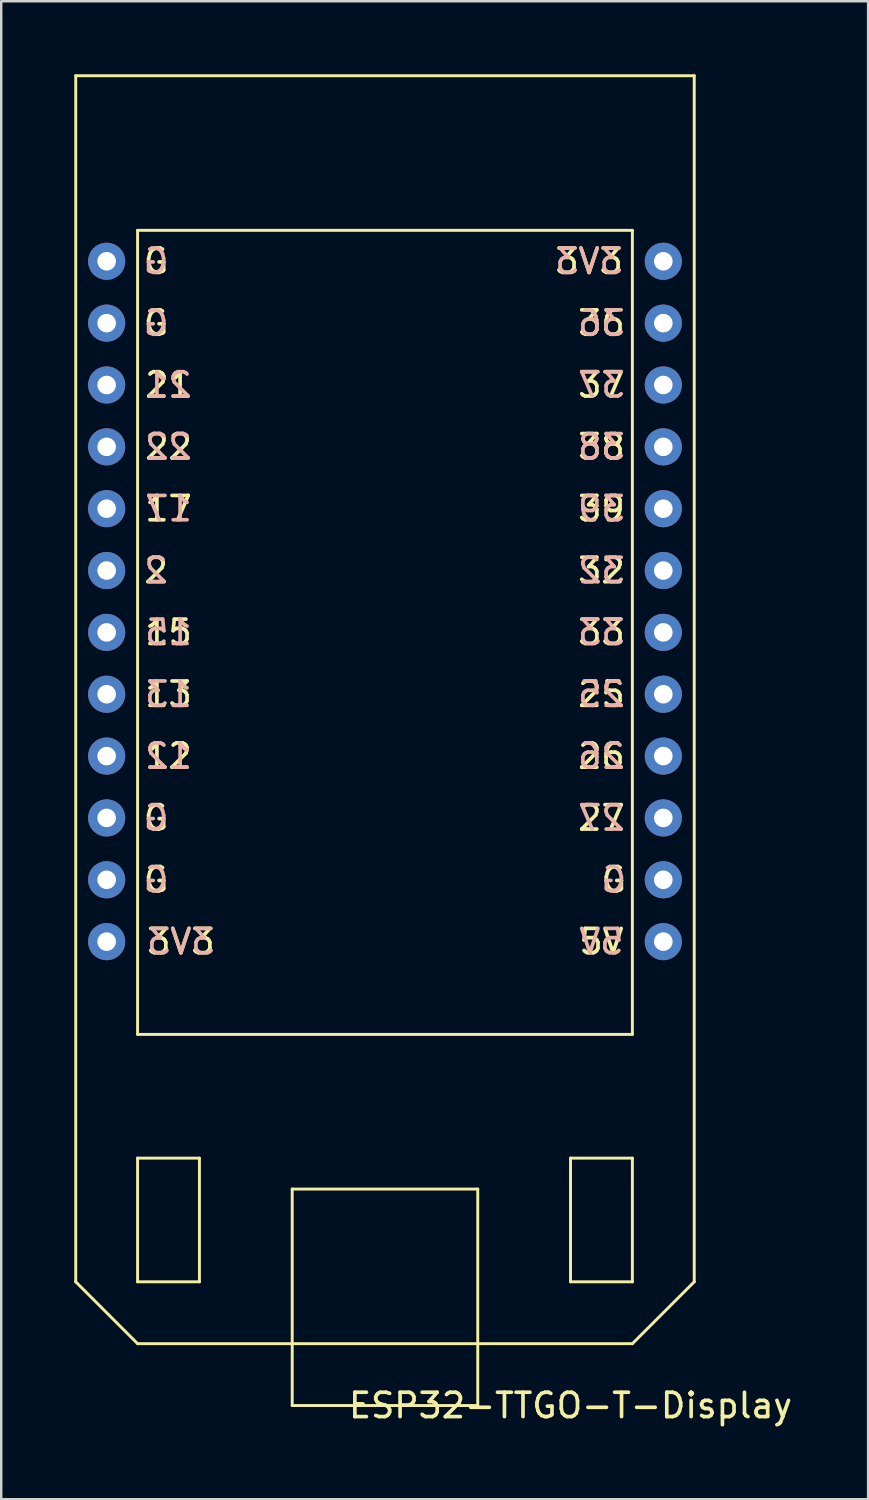
<source format=kicad_pcb>
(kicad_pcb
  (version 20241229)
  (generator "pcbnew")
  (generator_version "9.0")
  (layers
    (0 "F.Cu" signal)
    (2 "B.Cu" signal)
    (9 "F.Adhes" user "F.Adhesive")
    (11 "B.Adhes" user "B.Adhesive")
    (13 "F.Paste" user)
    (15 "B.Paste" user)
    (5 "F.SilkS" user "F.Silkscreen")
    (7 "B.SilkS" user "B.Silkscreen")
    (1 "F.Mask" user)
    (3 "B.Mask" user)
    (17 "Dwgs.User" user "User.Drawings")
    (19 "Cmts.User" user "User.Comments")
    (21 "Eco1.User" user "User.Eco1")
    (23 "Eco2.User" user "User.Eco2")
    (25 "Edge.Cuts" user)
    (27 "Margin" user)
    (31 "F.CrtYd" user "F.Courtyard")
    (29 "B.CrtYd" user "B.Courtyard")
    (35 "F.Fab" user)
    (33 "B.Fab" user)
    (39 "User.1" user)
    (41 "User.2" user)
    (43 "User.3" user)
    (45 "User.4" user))
  (footprint "ESP32-TTGO-T-Display"
    (layer "F.Cu")
    (at 12.76 25.46)
    (property "Reference" "ESP32-TTGO-T-Display" (at 7.62 29.21 0) (layer "F.SilkS") (effects (font (size 1 1) (thickness 0.15))))
    (attr through_hole)
    (fp_line (start -12.7 -25.4) (end -12.7 24.13) (stroke (width 0.12) (type solid)) (layer "F.SilkS"))
    (fp_line (start -12.7 24.13) (end -10.16 26.67) (stroke (width 0.12) (type solid)) (layer "F.SilkS"))
    (fp_line (start -10.16 -19.05) (end 10.16 -19.05) (stroke (width 0.12) (type solid)) (layer "F.SilkS"))
    (fp_line (start -10.16 13.97) (end -10.16 -19.05) (stroke (width 0.12) (type solid)) (layer "F.SilkS"))
    (fp_line (start -10.16 19.05) (end -10.16 24.13) (stroke (width 0.12) (type solid)) (layer "F.SilkS"))
    (fp_line (start -10.16 24.13) (end -7.62 24.13) (stroke (width 0.12) (type solid)) (layer "F.SilkS"))
    (fp_line (start -10.16 26.67) (end 10.16 26.67) (stroke (width 0.12) (type solid)) (layer "F.SilkS"))
    (fp_line (start -7.62 19.05) (end -10.16 19.05) (stroke (width 0.12) (type solid)) (layer "F.SilkS"))
    (fp_line (start -7.62 24.13) (end -7.62 19.05) (stroke (width 0.12) (type solid)) (layer "F.SilkS"))
    (fp_line (start -3.81 20.32) (end 3.81 20.32) (stroke (width 0.12) (type solid)) (layer "F.SilkS"))
    (fp_line (start -3.81 29.21) (end -3.81 20.32) (stroke (width 0.12) (type solid)) (layer "F.SilkS"))
    (fp_line (start 3.81 20.32) (end 3.81 29.21) (stroke (width 0.12) (type solid)) (layer "F.SilkS"))
    (fp_line (start 3.81 29.21) (end -3.81 29.21) (stroke (width 0.12) (type solid)) (layer "F.SilkS"))
    (fp_line (start 7.62 19.05) (end 7.62 24.13) (stroke (width 0.12) (type solid)) (layer "F.SilkS"))
    (fp_line (start 7.62 24.13) (end 10.16 24.13) (stroke (width 0.12) (type solid)) (layer "F.SilkS"))
    (fp_line (start 10.16 -19.05) (end 10.16 13.97) (stroke (width 0.12) (type solid)) (layer "F.SilkS"))
    (fp_line (start 10.16 13.97) (end -10.16 13.97) (stroke (width 0.12) (type solid)) (layer "F.SilkS"))
    (fp_line (start 10.16 19.05) (end 7.62 19.05) (stroke (width 0.12) (type solid)) (layer "F.SilkS"))
    (fp_line (start 10.16 24.13) (end 10.16 19.05) (stroke (width 0.12) (type solid)) (layer "F.SilkS"))
    (fp_line (start 10.16 26.67) (end 12.7 24.13) (stroke (width 0.12) (type solid)) (layer "F.SilkS"))
    (fp_line (start 12.7 -25.4) (end -12.7 -25.4) (stroke (width 0.12) (type solid)) (layer "F.SilkS"))
    (fp_line (start 12.7 24.13) (end 12.7 -25.4) (stroke (width 0.12) (type solid)) (layer "F.SilkS"))
    (fp_text user "17" (at -8.89 -7.62 180) (layer "F.SilkS") (effects (font (size 1 1) (thickness 0.15))))
    (fp_text user "12" (at -8.89 2.54 180) (layer "F.SilkS") (effects (font (size 1 1) (thickness 0.15))))
    (fp_text user "G" (at -9.398 5.08 180) (layer "F.SilkS") (effects (font (size 1 1) (thickness 0.15))))
    (fp_text user "37" (at 8.89 -12.7 0) (layer "F.SilkS") (effects (font (size 1 1) (thickness 0.15))))
    (fp_text user "27" (at 8.89 5.08 180) (layer "F.SilkS") (effects (font (size 1 1) (thickness 0.15))))
    (fp_text user "2" (at -9.398 -5.08 180) (layer "F.SilkS") (effects (font (size 1 1) (thickness 0.15))))
    (fp_text user "39" (at 8.89 -7.62 0) (layer "F.SilkS") (effects (font (size 1 1) (thickness 0.15))))
    (fp_text user "15" (at -8.89 -2.54 180) (layer "F.SilkS") (effects (font (size 1 1) (thickness 0.15))))
    (fp_text user "32" (at 8.89 -5.08 0) (layer "F.SilkS") (effects (font (size 1 1) (thickness 0.15))))
    (fp_text user "21" (at -8.89 -12.7 180) (layer "F.SilkS") (effects (font (size 1 1) (thickness 0.15))))
    (fp_text user "26" (at 8.89 2.54 180) (layer "F.SilkS") (effects (font (size 1 1) (thickness 0.15))))
    (fp_text user "33" (at 8.89 -2.54 180) (layer "F.SilkS") (effects (font (size 1 1) (thickness 0.15))))
    (fp_text user "36" (at 8.89 -15.24 0) (layer "F.SilkS") (effects (font (size 1 1) (thickness 0.15))))
    (fp_text user "G" (at -9.398 -15.24 0) (layer "F.SilkS") (effects (font (size 1 1) (thickness 0.15))))
    (fp_text user "25" (at 8.89 0 180) (layer "F.SilkS") (effects (font (size 1 1) (thickness 0.15))))
    (fp_text user "G" (at -9.398 -17.78 0) (layer "F.SilkS") (effects (font (size 1 1) (thickness 0.15))))
    (fp_text user "38" (at 8.89 -10.16 0) (layer "F.SilkS") (effects (font (size 1 1) (thickness 0.15))))
    (fp_text user "22" (at -8.89 -10.16 180) (layer "F.SilkS") (effects (font (size 1 1) (thickness 0.15))))
    (fp_text user "5V" (at 8.89 10.16 180) (layer "F.SilkS") (effects (font (size 1 1) (thickness 0.15))))
    (fp_text user "3V3" (at -8.382 10.16 0) (layer "F.SilkS") (effects (font (size 1 1) (thickness 0.15))))
    (fp_text user "G" (at -9.398 7.62 180) (layer "F.SilkS") (effects (font (size 1 1) (thickness 0.15))))
    (fp_text user "13" (at -8.89 0 180) (layer "F.SilkS") (effects (font (size 1 1) (thickness 0.15))))
    (fp_text user "G" (at 9.398 7.62 0) (layer "F.SilkS") (effects (font (size 1 1) (thickness 0.15))))
    (fp_text user "3V3" (at 8.382 -17.78 0) (layer "F.SilkS") (effects (font (size 1 1) (thickness 0.15))))
    (fp_text user "21" (at -8.89 -12.7 0) (layer "B.SilkS") (effects (font (size 1 1) (thickness 0.15)) (justify mirror)))
    (fp_text user "27" (at 8.89 5.08 0) (layer "B.SilkS") (effects (font (size 1 1) (thickness 0.15)) (justify mirror)))
    (fp_text user "33" (at 8.89 -2.54 0) (layer "B.SilkS") (effects (font (size 1 1) (thickness 0.15)) (justify mirror)))
    (fp_text user "G" (at -9.398 -15.24 180) (layer "B.SilkS") (effects (font (size 1 1) (thickness 0.15)) (justify mirror)))
    (fp_text user "G" (at -9.398 7.62 0) (layer "B.SilkS") (effects (font (size 1 1) (thickness 0.15)) (justify mirror)))
    (fp_text user "32" (at 8.89 -5.08 180) (layer "B.SilkS") (effects (font (size 1 1) (thickness 0.15)) (justify mirror)))
    (fp_text user "39" (at 8.89 -7.62 180) (layer "B.SilkS") (effects (font (size 1 1) (thickness 0.15)) (justify mirror)))
    (fp_text user "G" (at -9.398 5.08 0) (layer "B.SilkS") (effects (font (size 1 1) (thickness 0.15)) (justify mirror)))
    (fp_text user "G" (at 9.398 7.62 180) (layer "B.SilkS") (effects (font (size 1 1) (thickness 0.15)) (justify mirror)))
    (fp_text user "15" (at -8.89 -2.54 0) (layer "B.SilkS") (effects (font (size 1 1) (thickness 0.15)) (justify mirror)))
    (fp_text user "G" (at -9.398 -17.78 180) (layer "B.SilkS") (effects (font (size 1 1) (thickness 0.15)) (justify mirror)))
    (fp_text user "36" (at 8.89 -15.24 180) (layer "B.SilkS") (effects (font (size 1 1) (thickness 0.15)) (justify mirror)))
    (fp_text user "22" (at -8.89 -10.16 0) (layer "B.SilkS") (effects (font (size 1 1) (thickness 0.15)) (justify mirror)))
    (fp_text user "38" (at 8.89 -10.16 180) (layer "B.SilkS") (effects (font (size 1 1) (thickness 0.15)) (justify mirror)))
    (fp_text user "3V3" (at -8.382 10.16 180) (layer "B.SilkS") (effects (font (size 1 1) (thickness 0.15)) (justify mirror)))
    (fp_text user "17" (at -8.89 -7.62 0) (layer "B.SilkS") (effects (font (size 1 1) (thickness 0.15)) (justify mirror)))
    (fp_text user "12" (at -8.89 2.54 0) (layer "B.SilkS") (effects (font (size 1 1) (thickness 0.15)) (justify mirror)))
    (fp_text user "13" (at -8.89 0 0) (layer "B.SilkS") (effects (font (size 1 1) (thickness 0.15)) (justify mirror)))
    (fp_text user "3V3" (at 8.382 -17.78 180) (layer "B.SilkS") (effects (font (size 1 1) (thickness 0.15)) (justify mirror)))
    (fp_text user "26" (at 8.89 2.54 0) (layer "B.SilkS") (effects (font (size 1 1) (thickness 0.15)) (justify mirror)))
    (fp_text user "25" (at 8.89 0 0) (layer "B.SilkS") (effects (font (size 1 1) (thickness 0.15)) (justify mirror)))
    (fp_text user "2" (at -9.398 -5.08 0) (layer "B.SilkS") (effects (font (size 1 1) (thickness 0.15)) (justify mirror)))
    (fp_text user "5V" (at 8.89 10.16 0) (layer "B.SilkS") (effects (font (size 1 1) (thickness 0.15)) (justify mirror)))
    (fp_text user "37" (at 8.89 -12.7 180) (layer "B.SilkS") (effects (font (size 1 1) (thickness 0.15)) (justify mirror)))
    (pad "2" thru_hole circle (at -11.43 -5.08) (size 1.524 1.524) (drill 0.762) (layers "*.Cu" "*.Mask"))
    (pad "3V3-1" thru_hole circle (at -11.43 10.16) (size 1.524 1.524) (drill 0.762) (layers "*.Cu" "*.Mask"))
    (pad "3V3-2" thru_hole circle (at 11.43 -17.78) (size 1.524 1.524) (drill 0.762) (layers "*.Cu" "*.Mask"))
    (pad "5V" thru_hole circle (at 11.43 10.16) (size 1.524 1.524) (drill 0.762) (layers "*.Cu" "*.Mask"))
    (pad "12" thru_hole circle (at -11.43 2.54) (size 1.524 1.524) (drill 0.762) (layers "*.Cu" "*.Mask"))
    (pad "13" thru_hole circle (at -11.43 0) (size 1.524 1.524) (drill 0.762) (layers "*.Cu" "*.Mask"))
    (pad "15" thru_hole circle (at -11.43 -2.54) (size 1.524 1.524) (drill 0.762) (layers "*.Cu" "*.Mask"))
    (pad "17" thru_hole circle (at -11.43 -7.62) (size 1.524 1.524) (drill 0.762) (layers "*.Cu" "*.Mask"))
    (pad "21" thru_hole circle (at -11.43 -12.7) (size 1.524 1.524) (drill 0.762) (layers "*.Cu" "*.Mask"))
    (pad "22" thru_hole circle (at -11.43 -10.16) (size 1.524 1.524) (drill 0.762) (layers "*.Cu" "*.Mask"))
    (pad "25" thru_hole circle (at 11.43 0) (size 1.524 1.524) (drill 0.762) (layers "*.Cu" "*.Mask"))
    (pad "26" thru_hole circle (at 11.43 2.54) (size 1.524 1.524) (drill 0.762) (layers "*.Cu" "*.Mask"))
    (pad "27" thru_hole circle (at 11.43 5.08) (size 1.524 1.524) (drill 0.762) (layers "*.Cu" "*.Mask"))
    (pad "32" thru_hole circle (at 11.43 -5.08) (size 1.524 1.524) (drill 0.762) (layers "*.Cu" "*.Mask"))
    (pad "33" thru_hole circle (at 11.43 -2.54) (size 1.524 1.524) (drill 0.762) (layers "*.Cu" "*.Mask"))
    (pad "36" thru_hole circle (at 11.43 -15.24) (size 1.524 1.524) (drill 0.762) (layers "*.Cu" "*.Mask"))
    (pad "37" thru_hole circle (at 11.43 -12.7) (size 1.524 1.524) (drill 0.762) (layers "*.Cu" "*.Mask"))
    (pad "38" thru_hole circle (at 11.43 -10.16) (size 1.524 1.524) (drill 0.762) (layers "*.Cu" "*.Mask"))
    (pad "39" thru_hole circle (at 11.43 -7.62) (size 1.524 1.524) (drill 0.762) (layers "*.Cu" "*.Mask"))
    (pad "G1" thru_hole circle (at -11.43 -17.78) (size 1.524 1.524) (drill 0.762) (layers "*.Cu" "*.Mask"))
    (pad "G2" thru_hole circle (at -11.43 -15.24) (size 1.524 1.524) (drill 0.762) (layers "*.Cu" "*.Mask"))
    (pad "G3" thru_hole circle (at -11.43 5.08) (size 1.524 1.524) (drill 0.762) (layers "*.Cu" "*.Mask"))
    (pad "G4" thru_hole circle (at -11.43 7.62) (size 1.524 1.524) (drill 0.762) (layers "*.Cu" "*.Mask"))
    (pad "G5" thru_hole circle (at 11.43 7.62) (size 1.524 1.524) (drill 0.762) (layers "*.Cu" "*.Mask")))
  (gr_rect
    (start -3 -3)
    (end 32.6 58.518)
    (stroke (width 0.1) (type default))
    (fill no)
    (layer "Edge.Cuts")))
</source>
